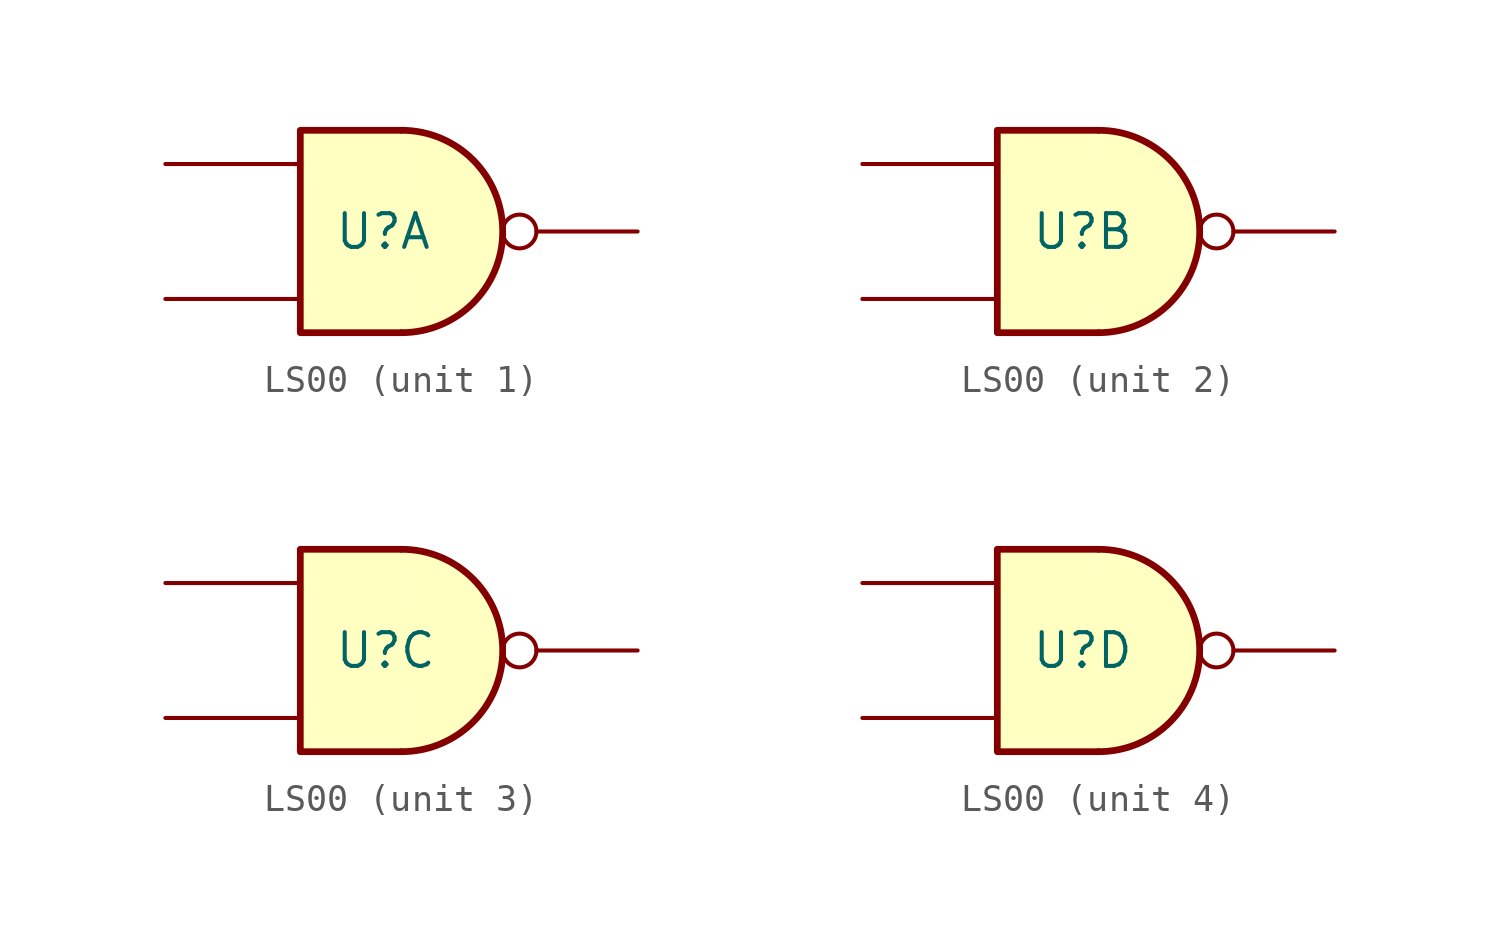
<source format=kicad_sym>
(kicad_symbol_lib
  (version 20211014)
  (generator kicad_symbol_editor)
  (symbol "LS00"
    (property "Reference" "U"
      (at -2.54 0 0)
      (effects (font (size 1.27 1.27)) (justify left)))
    (symbol "LS00_1_1"
      (arc (start 0 -3.81) (mid 3.81 0) (end 0 3.81) (stroke (width 0.254) (type default) (color 0 0 0 0)) (fill (type background)))
      (polyline (pts (xy 0 3.81) (xy -3.81 3.81) (xy -3.81 -3.81) (xy 0 -3.81)) (stroke (width 0.254) (type default) (color 0 0 0 0)) (fill (type background)))
      (pin passive line (at -8.89 -2.54 0) (length 5.08) (name "" (effects (font (size 1.27 1.27)))) (number "" (effects (font (size 1.27 1.27)))))
      (pin passive line (at -8.89 2.54 0) (length 5.08) (name "" (effects (font (size 1.27 1.27)))) (number "" (effects (font (size 1.27 1.27)))))
      (pin passive inverted (at 8.89 0 180) (length 5.08) (name "" (effects (font (size 1.27 1.27)))) (number "" (effects (font (size 1.27 1.27))))))
    (symbol "LS00_2_1"
      (arc (start 0 -3.81) (mid 3.81 0) (end 0 3.81) (stroke (width 0.254) (type default) (color 0 0 0 0)) (fill (type background)))
      (polyline (pts (xy 0 3.81) (xy -3.81 3.81) (xy -3.81 -3.81) (xy 0 -3.81)) (stroke (width 0.254) (type default) (color 0 0 0 0)) (fill (type background)))
      (pin passive line (at -8.89 -2.54 0) (length 5.08) (name "" (effects (font (size 1.27 1.27)))) (number "" (effects (font (size 1.27 1.27)))))
      (pin passive line (at -8.89 2.54 0) (length 5.08) (name "" (effects (font (size 1.27 1.27)))) (number "" (effects (font (size 1.27 1.27)))))
      (pin passive inverted (at 8.89 0 180) (length 5.08) (name "" (effects (font (size 1.27 1.27)))) (number "" (effects (font (size 1.27 1.27))))))
    (symbol "LS00_3_1"
      (arc (start 0 -3.81) (mid 3.81 0) (end 0 3.81) (stroke (width 0.254) (type default) (color 0 0 0 0)) (fill (type background)))
      (polyline (pts (xy 0 3.81) (xy -3.81 3.81) (xy -3.81 -3.81) (xy 0 -3.81)) (stroke (width 0.254) (type default) (color 0 0 0 0)) (fill (type background)))
      (pin passive line (at -8.89 -2.54 0) (length 5.08) (name "" (effects (font (size 1.27 1.27)))) (number "" (effects (font (size 1.27 1.27)))))
      (pin passive line (at -8.89 2.54 0) (length 5.08) (name "" (effects (font (size 1.27 1.27)))) (number "" (effects (font (size 1.27 1.27)))))
      (pin passive inverted (at 8.89 0 180) (length 5.08) (name "" (effects (font (size 1.27 1.27)))) (number "" (effects (font (size 1.27 1.27))))))
    (symbol "LS00_4_1"
      (arc (start 0 -3.81) (mid 3.81 0) (end 0 3.81) (stroke (width 0.254) (type default) (color 0 0 0 0)) (fill (type background)))
      (polyline (pts (xy 0 3.81) (xy -3.81 3.81) (xy -3.81 -3.81) (xy 0 -3.81)) (stroke (width 0.254) (type default) (color 0 0 0 0)) (fill (type background)))
      (pin passive line (at -8.89 -2.54 0) (length 5.08) (name "" (effects (font (size 1.27 1.27)))) (number "" (effects (font (size 1.27 1.27)))))
      (pin passive line (at -8.89 2.54 0) (length 5.08) (name "" (effects (font (size 1.27 1.27)))) (number "" (effects (font (size 1.27 1.27)))))
      (pin passive inverted (at 8.89 0 180) (length 5.08) (name "" (effects (font (size 1.27 1.27)))) (number "" (effects (font (size 1.27 1.27))))))))
</source>
